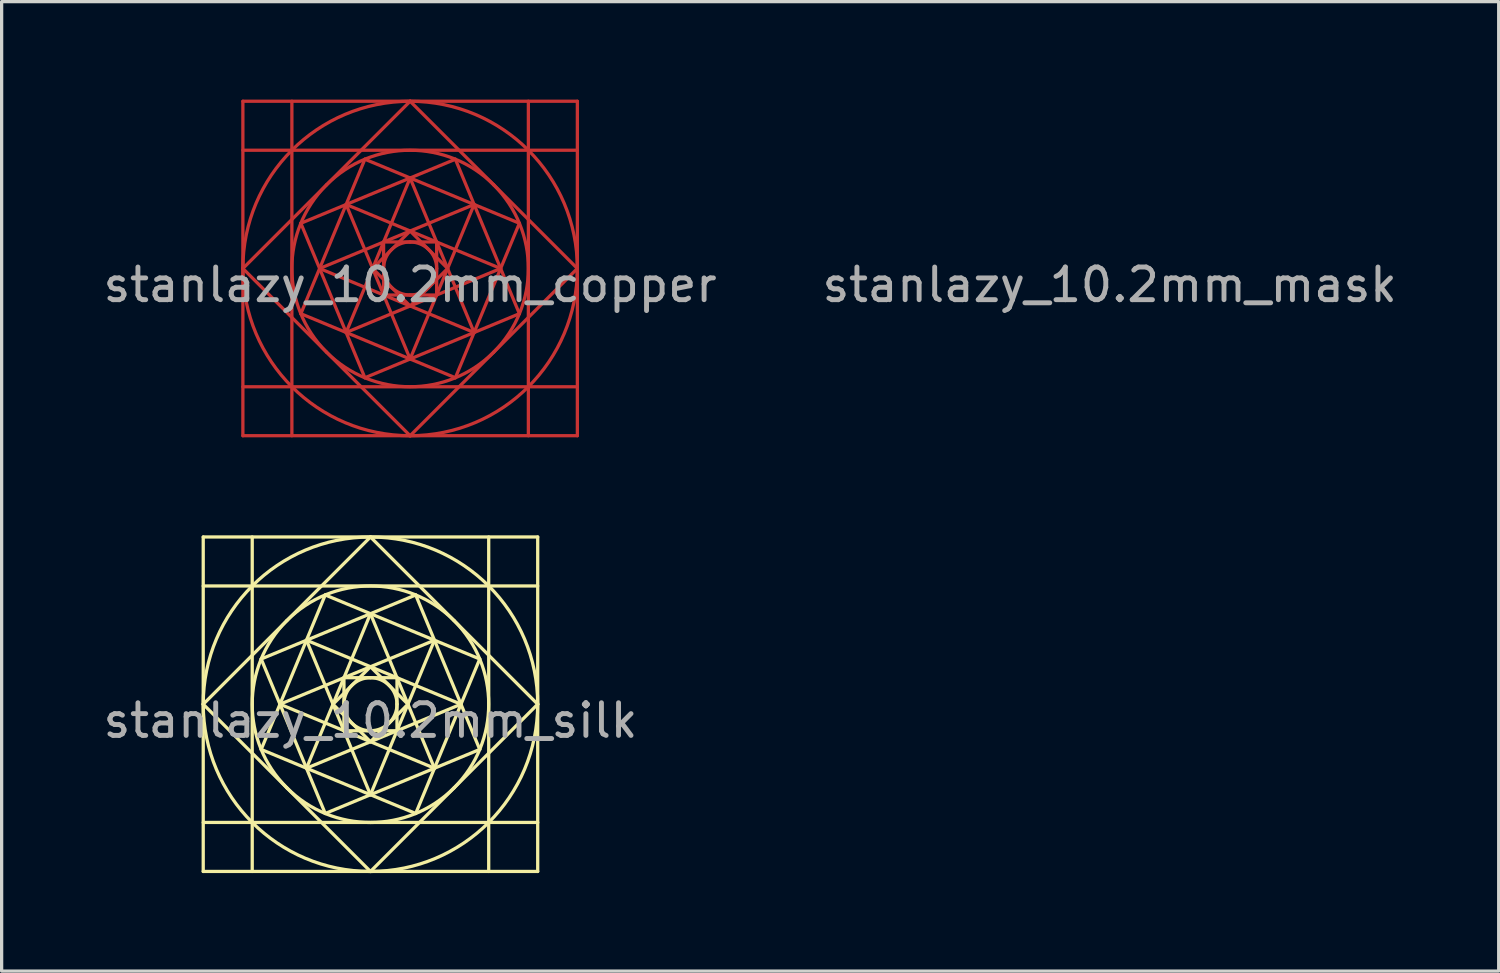
<source format=kicad_pcb>
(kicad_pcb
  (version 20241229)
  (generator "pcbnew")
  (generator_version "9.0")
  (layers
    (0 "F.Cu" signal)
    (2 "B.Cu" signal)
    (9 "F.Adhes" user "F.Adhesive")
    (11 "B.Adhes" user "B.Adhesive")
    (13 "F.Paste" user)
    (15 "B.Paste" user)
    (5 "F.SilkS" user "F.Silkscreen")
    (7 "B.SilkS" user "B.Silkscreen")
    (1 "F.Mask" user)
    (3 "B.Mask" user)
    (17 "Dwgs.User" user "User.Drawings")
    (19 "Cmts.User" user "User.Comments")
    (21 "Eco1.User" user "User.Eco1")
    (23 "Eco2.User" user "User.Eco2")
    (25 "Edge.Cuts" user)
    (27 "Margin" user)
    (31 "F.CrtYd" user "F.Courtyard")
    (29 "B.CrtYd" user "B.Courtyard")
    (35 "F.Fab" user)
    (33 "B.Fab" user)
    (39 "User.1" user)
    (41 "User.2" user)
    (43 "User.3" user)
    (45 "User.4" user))
  (footprint "stanlazy_10.2mm_mask"
    (layer "F.Cu")
    (at 30.923 5.17)
    (property "Reference" "stanlazy_10.2mm_mask" (at 0 0.5 0) (layer "F.Fab") (effects (font (size 1 1) (thickness 0.15))))
    (attr board_only exclude_from_pos_files exclude_from_bom)
    (fp_line (start -5.12 0) (end 0 -5.12) (stroke (width 0.1) (type solid)) (layer "F.Mask"))
    (fp_line (start -5.12 -5.12) (end 5.12 -5.12) (stroke (width 0.1) (type solid)) (layer "F.Mask"))
    (fp_line (start -5.12 -3.62) (end -3.62 -3.62) (stroke (width 0.1) (type solid)) (layer "F.Mask"))
    (fp_line (start -5.12 3.62) (end -3.62 3.62) (stroke (width 0.1) (type solid)) (layer "F.Mask"))
    (fp_line (start -5.12 5.12) (end -5.12 -5.12) (stroke (width 0.1) (type solid)) (layer "F.Mask"))
    (fp_line (start -3.62 -5.12) (end -3.62 -3.62) (stroke (width 0.1) (type solid)) (layer "F.Mask"))
    (fp_line (start -3.62 -3.62) (end 3.62 -3.62) (stroke (width 0.1) (type solid)) (layer "F.Mask"))
    (fp_line (start -3.62 3.62) (end -3.62 -3.62) (stroke (width 0.1) (type solid)) (layer "F.Mask"))
    (fp_line (start -3.62 5.12) (end -3.62 3.62) (stroke (width 0.1) (type solid)) (layer "F.Mask"))
    (fp_line (start -3.345 -1.385) (end 1.385 -3.345) (stroke (width 0.1) (type solid)) (layer "F.Mask"))
    (fp_line (start -3.345 1.385) (end -1.385 -3.345) (stroke (width 0.1) (type solid)) (layer "F.Mask"))
    (fp_line (start -2.771 0) (end 1.959 -1.959) (stroke (width 0.1) (type solid)) (layer "F.Mask"))
    (fp_line (start -1.959 -1.959) (end 0 2.771) (stroke (width 0.1) (type solid)) (layer "F.Mask"))
    (fp_line (start -1.959 -1.959) (end 2.771 0) (stroke (width 0.1) (type solid)) (layer "F.Mask"))
    (fp_line (start -1.959 1.959) (end 0 -2.771) (stroke (width 0.1) (type solid)) (layer "F.Mask"))
    (fp_line (start -1.385 -3.345) (end 3.345 -1.385) (stroke (width 0.1) (type solid)) (layer "F.Mask"))
    (fp_line (start -1.385 3.345) (end -3.345 -1.385) (stroke (width 0.1) (type solid)) (layer "F.Mask"))
    (fp_line (start -1.148 0) (end -0.000001 -1.148) (stroke (width 0.1) (type solid)) (layer "F.Mask"))
    (fp_line (start -0.812 -0.812) (end 0.812 -0.812) (stroke (width 0.1) (type solid)) (layer "F.Mask"))
    (fp_line (start -0.812 0.812) (end -0.812 -0.812) (stroke (width 0.1) (type solid)) (layer "F.Mask"))
    (fp_line (start -0.000001 -1.148) (end 1.148 0.000001) (stroke (width 0.1) (type solid)) (layer "F.Mask"))
    (fp_line (start -0.000001 1.148) (end -1.148 0) (stroke (width 0.1) (type solid)) (layer "F.Mask"))
    (fp_line (start -0.000001 5.12) (end -5.12 0) (stroke (width 0.1) (type solid)) (layer "F.Mask"))
    (fp_line (start 0 -5.12) (end 5.12 0) (stroke (width 0.1) (type solid)) (layer "F.Mask"))
    (fp_line (start 0 -2.771) (end 1.959 1.959) (stroke (width 0.1) (type solid)) (layer "F.Mask"))
    (fp_line (start 0.812 -0.812) (end 0.812 0.812) (stroke (width 0.1) (type solid)) (layer "F.Mask"))
    (fp_line (start 0.812 0.812) (end -0.812 0.812) (stroke (width 0.1) (type solid)) (layer "F.Mask"))
    (fp_line (start 1.148 0.000001) (end -0.000001 1.148) (stroke (width 0.1) (type solid)) (layer "F.Mask"))
    (fp_line (start 1.385 -3.345) (end 3.345 1.385) (stroke (width 0.1) (type solid)) (layer "F.Mask"))
    (fp_line (start 1.385 3.345) (end -3.345 1.385) (stroke (width 0.1) (type solid)) (layer "F.Mask"))
    (fp_line (start 1.959 -1.959) (end 0 2.771) (stroke (width 0.1) (type solid)) (layer "F.Mask"))
    (fp_line (start 1.959 1.959) (end -2.771 0) (stroke (width 0.1) (type solid)) (layer "F.Mask"))
    (fp_line (start 2.771 0) (end -1.959 1.959) (stroke (width 0.1) (type solid)) (layer "F.Mask"))
    (fp_line (start 3.345 -1.385) (end 1.385 3.345) (stroke (width 0.1) (type solid)) (layer "F.Mask"))
    (fp_line (start 3.345 1.385) (end -1.385 3.345) (stroke (width 0.1) (type solid)) (layer "F.Mask"))
    (fp_line (start 3.62 -3.62) (end 3.62 -5.12) (stroke (width 0.1) (type solid)) (layer "F.Mask"))
    (fp_line (start 3.62 -3.62) (end 3.62 3.62) (stroke (width 0.1) (type solid)) (layer "F.Mask"))
    (fp_line (start 3.62 3.62) (end -3.62 3.62) (stroke (width 0.1) (type solid)) (layer "F.Mask"))
    (fp_line (start 3.62 5.12) (end 3.62 3.62) (stroke (width 0.1) (type solid)) (layer "F.Mask"))
    (fp_line (start 5.12 -5.12) (end 5.12 5.12) (stroke (width 0.1) (type solid)) (layer "F.Mask"))
    (fp_line (start 5.12 -3.62) (end 3.62 -3.62) (stroke (width 0.1) (type solid)) (layer "F.Mask"))
    (fp_line (start 5.12 0) (end -0.000001 5.12) (stroke (width 0.1) (type solid)) (layer "F.Mask"))
    (fp_line (start 5.12 3.62) (end 3.62 3.62) (stroke (width 0.1) (type solid)) (layer "F.Mask"))
    (fp_line (start 5.12 5.12) (end -5.12 5.12) (stroke (width 0.1) (type solid)) (layer "F.Mask"))
    (fp_curve (pts (xy -5.12 0) (xy -5.12 -2.828) (xy -2.828 -5.12) (xy 0 -5.12)) (stroke (width 0.1) (type solid)) (layer "F.Mask"))
    (fp_curve (pts (xy -2.56 -2.56) (xy -1.146 -3.974) (xy 1.146 -3.974) (xy 2.56 -2.56)) (stroke (width 0.1) (type solid)) (layer "F.Mask"))
    (fp_curve (pts (xy -2.56 2.56) (xy -3.974 1.146) (xy -3.974 -1.146) (xy -2.56 -2.56)) (stroke (width 0.1) (type solid)) (layer "F.Mask"))
    (fp_curve (pts (xy -0.812 0.000001) (xy -0.812 -0.448) (xy -0.448 -0.812) (xy -0.000001 -0.812)) (stroke (width 0.1) (type solid)) (layer "F.Mask"))
    (fp_curve (pts (xy -0.000001 -0.812) (xy 0.448 -0.812) (xy 0.812 -0.448) (xy 0.812 0.000001)) (stroke (width 0.1) (type solid)) (layer "F.Mask"))
    (fp_curve (pts (xy -0.000001 0.812) (xy -0.448 0.812) (xy -0.812 0.448) (xy -0.812 0.000001)) (stroke (width 0.1) (type solid)) (layer "F.Mask"))
    (fp_curve (pts (xy 0 -5.12) (xy 2.828 -5.12) (xy 5.12 -2.828) (xy 5.12 0)) (stroke (width 0.1) (type solid)) (layer "F.Mask"))
    (fp_curve (pts (xy 0 5.12) (xy -2.828 5.12) (xy -5.12 2.828) (xy -5.12 0)) (stroke (width 0.1) (type solid)) (layer "F.Mask"))
    (fp_curve (pts (xy 0.812 0.000001) (xy 0.812 0.448) (xy 0.448 0.812) (xy -0.000001 0.812)) (stroke (width 0.1) (type solid)) (layer "F.Mask"))
    (fp_curve (pts (xy 2.56 -2.56) (xy 3.974 -1.146) (xy 3.974 1.146) (xy 2.56 2.56)) (stroke (width 0.1) (type solid)) (layer "F.Mask"))
    (fp_curve (pts (xy 2.56 2.56) (xy 1.146 3.974) (xy -1.146 3.974) (xy -2.56 2.56)) (stroke (width 0.1) (type solid)) (layer "F.Mask"))
    (fp_curve (pts (xy 5.12 0) (xy 5.12 2.828) (xy 2.828 5.12) (xy 0 5.12)) (stroke (width 0.1) (type solid)) (layer "F.Mask")))
  (footprint "stanlazy_10.2mm_silk"
    (layer "F.Cu")
    (at 8.292 18.51)
    (property "Reference" "stanlazy_10.2mm_silk" (at 0 0.5 0) (layer "F.Fab") (effects (font (size 1 1) (thickness 0.15))))
    (attr board_only exclude_from_pos_files exclude_from_bom)
    (fp_line (start -5.12 0) (end 0 -5.12) (stroke (width 0.1) (type solid)) (layer "F.SilkS"))
    (fp_line (start -5.12 -5.12) (end 5.12 -5.12) (stroke (width 0.1) (type solid)) (layer "F.SilkS"))
    (fp_line (start -5.12 -3.62) (end -3.62 -3.62) (stroke (width 0.1) (type solid)) (layer "F.SilkS"))
    (fp_line (start -5.12 3.62) (end -3.62 3.62) (stroke (width 0.1) (type solid)) (layer "F.SilkS"))
    (fp_line (start -5.12 5.12) (end -5.12 -5.12) (stroke (width 0.1) (type solid)) (layer "F.SilkS"))
    (fp_line (start -3.62 -5.12) (end -3.62 -3.62) (stroke (width 0.1) (type solid)) (layer "F.SilkS"))
    (fp_line (start -3.62 -3.62) (end 3.62 -3.62) (stroke (width 0.1) (type solid)) (layer "F.SilkS"))
    (fp_line (start -3.62 3.62) (end -3.62 -3.62) (stroke (width 0.1) (type solid)) (layer "F.SilkS"))
    (fp_line (start -3.62 5.12) (end -3.62 3.62) (stroke (width 0.1) (type solid)) (layer "F.SilkS"))
    (fp_line (start -3.345 -1.385) (end 1.385 -3.345) (stroke (width 0.1) (type solid)) (layer "F.SilkS"))
    (fp_line (start -3.345 1.385) (end -1.385 -3.345) (stroke (width 0.1) (type solid)) (layer "F.SilkS"))
    (fp_line (start -2.771 0) (end 1.959 -1.959) (stroke (width 0.1) (type solid)) (layer "F.SilkS"))
    (fp_line (start -1.959 -1.959) (end 0 2.771) (stroke (width 0.1) (type solid)) (layer "F.SilkS"))
    (fp_line (start -1.959 -1.959) (end 2.771 0) (stroke (width 0.1) (type solid)) (layer "F.SilkS"))
    (fp_line (start -1.959 1.959) (end 0 -2.771) (stroke (width 0.1) (type solid)) (layer "F.SilkS"))
    (fp_line (start -1.385 -3.345) (end 3.345 -1.385) (stroke (width 0.1) (type solid)) (layer "F.SilkS"))
    (fp_line (start -1.385 3.345) (end -3.345 -1.385) (stroke (width 0.1) (type solid)) (layer "F.SilkS"))
    (fp_line (start -1.148 0) (end -0.000001 -1.148) (stroke (width 0.1) (type solid)) (layer "F.SilkS"))
    (fp_line (start -0.812 -0.812) (end 0.812 -0.812) (stroke (width 0.1) (type solid)) (layer "F.SilkS"))
    (fp_line (start -0.812 0.812) (end -0.812 -0.812) (stroke (width 0.1) (type solid)) (layer "F.SilkS"))
    (fp_line (start -0.000001 -1.148) (end 1.148 0.000001) (stroke (width 0.1) (type solid)) (layer "F.SilkS"))
    (fp_line (start -0.000001 1.148) (end -1.148 0) (stroke (width 0.1) (type solid)) (layer "F.SilkS"))
    (fp_line (start -0.000001 5.12) (end -5.12 0) (stroke (width 0.1) (type solid)) (layer "F.SilkS"))
    (fp_line (start 0 -5.12) (end 5.12 0) (stroke (width 0.1) (type solid)) (layer "F.SilkS"))
    (fp_line (start 0 -2.771) (end 1.959 1.959) (stroke (width 0.1) (type solid)) (layer "F.SilkS"))
    (fp_line (start 0.812 -0.812) (end 0.812 0.812) (stroke (width 0.1) (type solid)) (layer "F.SilkS"))
    (fp_line (start 0.812 0.812) (end -0.812 0.812) (stroke (width 0.1) (type solid)) (layer "F.SilkS"))
    (fp_line (start 1.148 0.000001) (end -0.000001 1.148) (stroke (width 0.1) (type solid)) (layer "F.SilkS"))
    (fp_line (start 1.385 -3.345) (end 3.345 1.385) (stroke (width 0.1) (type solid)) (layer "F.SilkS"))
    (fp_line (start 1.385 3.345) (end -3.345 1.385) (stroke (width 0.1) (type solid)) (layer "F.SilkS"))
    (fp_line (start 1.959 -1.959) (end 0 2.771) (stroke (width 0.1) (type solid)) (layer "F.SilkS"))
    (fp_line (start 1.959 1.959) (end -2.771 0) (stroke (width 0.1) (type solid)) (layer "F.SilkS"))
    (fp_line (start 2.771 0) (end -1.959 1.959) (stroke (width 0.1) (type solid)) (layer "F.SilkS"))
    (fp_line (start 3.345 -1.385) (end 1.385 3.345) (stroke (width 0.1) (type solid)) (layer "F.SilkS"))
    (fp_line (start 3.345 1.385) (end -1.385 3.345) (stroke (width 0.1) (type solid)) (layer "F.SilkS"))
    (fp_line (start 3.62 -3.62) (end 3.62 -5.12) (stroke (width 0.1) (type solid)) (layer "F.SilkS"))
    (fp_line (start 3.62 -3.62) (end 3.62 3.62) (stroke (width 0.1) (type solid)) (layer "F.SilkS"))
    (fp_line (start 3.62 3.62) (end -3.62 3.62) (stroke (width 0.1) (type solid)) (layer "F.SilkS"))
    (fp_line (start 3.62 5.12) (end 3.62 3.62) (stroke (width 0.1) (type solid)) (layer "F.SilkS"))
    (fp_line (start 5.12 -5.12) (end 5.12 5.12) (stroke (width 0.1) (type solid)) (layer "F.SilkS"))
    (fp_line (start 5.12 -3.62) (end 3.62 -3.62) (stroke (width 0.1) (type solid)) (layer "F.SilkS"))
    (fp_line (start 5.12 0) (end -0.000001 5.12) (stroke (width 0.1) (type solid)) (layer "F.SilkS"))
    (fp_line (start 5.12 3.62) (end 3.62 3.62) (stroke (width 0.1) (type solid)) (layer "F.SilkS"))
    (fp_line (start 5.12 5.12) (end -5.12 5.12) (stroke (width 0.1) (type solid)) (layer "F.SilkS"))
    (fp_curve (pts (xy -5.12 0) (xy -5.12 -2.828) (xy -2.828 -5.12) (xy 0 -5.12)) (stroke (width 0.1) (type solid)) (layer "F.SilkS"))
    (fp_curve (pts (xy -2.56 -2.56) (xy -1.146 -3.974) (xy 1.146 -3.974) (xy 2.56 -2.56)) (stroke (width 0.1) (type solid)) (layer "F.SilkS"))
    (fp_curve (pts (xy -2.56 2.56) (xy -3.974 1.146) (xy -3.974 -1.146) (xy -2.56 -2.56)) (stroke (width 0.1) (type solid)) (layer "F.SilkS"))
    (fp_curve (pts (xy -0.812 0.000001) (xy -0.812 -0.448) (xy -0.448 -0.812) (xy -0.000001 -0.812)) (stroke (width 0.1) (type solid)) (layer "F.SilkS"))
    (fp_curve (pts (xy -0.000001 -0.812) (xy 0.448 -0.812) (xy 0.812 -0.448) (xy 0.812 0.000001)) (stroke (width 0.1) (type solid)) (layer "F.SilkS"))
    (fp_curve (pts (xy -0.000001 0.812) (xy -0.448 0.812) (xy -0.812 0.448) (xy -0.812 0.000001)) (stroke (width 0.1) (type solid)) (layer "F.SilkS"))
    (fp_curve (pts (xy 0 -5.12) (xy 2.828 -5.12) (xy 5.12 -2.828) (xy 5.12 0)) (stroke (width 0.1) (type solid)) (layer "F.SilkS"))
    (fp_curve (pts (xy 0 5.12) (xy -2.828 5.12) (xy -5.12 2.828) (xy -5.12 0)) (stroke (width 0.1) (type solid)) (layer "F.SilkS"))
    (fp_curve (pts (xy 0.812 0.000001) (xy 0.812 0.448) (xy 0.448 0.812) (xy -0.000001 0.812)) (stroke (width 0.1) (type solid)) (layer "F.SilkS"))
    (fp_curve (pts (xy 2.56 -2.56) (xy 3.974 -1.146) (xy 3.974 1.146) (xy 2.56 2.56)) (stroke (width 0.1) (type solid)) (layer "F.SilkS"))
    (fp_curve (pts (xy 2.56 2.56) (xy 1.146 3.974) (xy -1.146 3.974) (xy -2.56 2.56)) (stroke (width 0.1) (type solid)) (layer "F.SilkS"))
    (fp_curve (pts (xy 5.12 0) (xy 5.12 2.828) (xy 2.828 5.12) (xy 0 5.12)) (stroke (width 0.1) (type solid)) (layer "F.SilkS")))
  (footprint "stanlazy_10.2mm_copper"
    (layer "F.Cu")
    (at 9.506 5.17)
    (property "Reference" "stanlazy_10.2mm_copper" (at 0 0.5 0) (layer "F.Fab") (effects (font (size 1 1) (thickness 0.15))))
    (attr board_only exclude_from_pos_files exclude_from_bom)
    (fp_line (start -5.12 0) (end 0 -5.12) (stroke (width 0.1) (type solid)) (layer "F.Cu"))
    (fp_line (start -5.12 -5.12) (end 5.12 -5.12) (stroke (width 0.1) (type solid)) (layer "F.Cu"))
    (fp_line (start -5.12 -3.62) (end -3.62 -3.62) (stroke (width 0.1) (type solid)) (layer "F.Cu"))
    (fp_line (start -5.12 3.62) (end -3.62 3.62) (stroke (width 0.1) (type solid)) (layer "F.Cu"))
    (fp_line (start -5.12 5.12) (end -5.12 -5.12) (stroke (width 0.1) (type solid)) (layer "F.Cu"))
    (fp_line (start -3.62 -5.12) (end -3.62 -3.62) (stroke (width 0.1) (type solid)) (layer "F.Cu"))
    (fp_line (start -3.62 -3.62) (end 3.62 -3.62) (stroke (width 0.1) (type solid)) (layer "F.Cu"))
    (fp_line (start -3.62 3.62) (end -3.62 -3.62) (stroke (width 0.1) (type solid)) (layer "F.Cu"))
    (fp_line (start -3.62 5.12) (end -3.62 3.62) (stroke (width 0.1) (type solid)) (layer "F.Cu"))
    (fp_line (start -3.345 -1.385) (end 1.385 -3.345) (stroke (width 0.1) (type solid)) (layer "F.Cu"))
    (fp_line (start -3.345 1.385) (end -1.385 -3.345) (stroke (width 0.1) (type solid)) (layer "F.Cu"))
    (fp_line (start -2.771 0) (end 1.959 -1.959) (stroke (width 0.1) (type solid)) (layer "F.Cu"))
    (fp_line (start -1.959 -1.959) (end 0 2.771) (stroke (width 0.1) (type solid)) (layer "F.Cu"))
    (fp_line (start -1.959 -1.959) (end 2.771 0) (stroke (width 0.1) (type solid)) (layer "F.Cu"))
    (fp_line (start -1.959 1.959) (end 0 -2.771) (stroke (width 0.1) (type solid)) (layer "F.Cu"))
    (fp_line (start -1.385 -3.345) (end 3.345 -1.385) (stroke (width 0.1) (type solid)) (layer "F.Cu"))
    (fp_line (start -1.385 3.345) (end -3.345 -1.385) (stroke (width 0.1) (type solid)) (layer "F.Cu"))
    (fp_line (start -1.148 0) (end -0.000001 -1.148) (stroke (width 0.1) (type solid)) (layer "F.Cu"))
    (fp_line (start -0.812 -0.812) (end 0.812 -0.812) (stroke (width 0.1) (type solid)) (layer "F.Cu"))
    (fp_line (start -0.812 0.812) (end -0.812 -0.812) (stroke (width 0.1) (type solid)) (layer "F.Cu"))
    (fp_line (start -0.000001 -1.148) (end 1.148 0.000001) (stroke (width 0.1) (type solid)) (layer "F.Cu"))
    (fp_line (start -0.000001 1.148) (end -1.148 0) (stroke (width 0.1) (type solid)) (layer "F.Cu"))
    (fp_line (start -0.000001 5.12) (end -5.12 0) (stroke (width 0.1) (type solid)) (layer "F.Cu"))
    (fp_line (start 0 -5.12) (end 5.12 0) (stroke (width 0.1) (type solid)) (layer "F.Cu"))
    (fp_line (start 0 -2.771) (end 1.959 1.959) (stroke (width 0.1) (type solid)) (layer "F.Cu"))
    (fp_line (start 0.812 -0.812) (end 0.812 0.812) (stroke (width 0.1) (type solid)) (layer "F.Cu"))
    (fp_line (start 0.812 0.812) (end -0.812 0.812) (stroke (width 0.1) (type solid)) (layer "F.Cu"))
    (fp_line (start 1.148 0.000001) (end -0.000001 1.148) (stroke (width 0.1) (type solid)) (layer "F.Cu"))
    (fp_line (start 1.385 -3.345) (end 3.345 1.385) (stroke (width 0.1) (type solid)) (layer "F.Cu"))
    (fp_line (start 1.385 3.345) (end -3.345 1.385) (stroke (width 0.1) (type solid)) (layer "F.Cu"))
    (fp_line (start 1.959 -1.959) (end 0 2.771) (stroke (width 0.1) (type solid)) (layer "F.Cu"))
    (fp_line (start 1.959 1.959) (end -2.771 0) (stroke (width 0.1) (type solid)) (layer "F.Cu"))
    (fp_line (start 2.771 0) (end -1.959 1.959) (stroke (width 0.1) (type solid)) (layer "F.Cu"))
    (fp_line (start 3.345 -1.385) (end 1.385 3.345) (stroke (width 0.1) (type solid)) (layer "F.Cu"))
    (fp_line (start 3.345 1.385) (end -1.385 3.345) (stroke (width 0.1) (type solid)) (layer "F.Cu"))
    (fp_line (start 3.62 -3.62) (end 3.62 -5.12) (stroke (width 0.1) (type solid)) (layer "F.Cu"))
    (fp_line (start 3.62 -3.62) (end 3.62 3.62) (stroke (width 0.1) (type solid)) (layer "F.Cu"))
    (fp_line (start 3.62 3.62) (end -3.62 3.62) (stroke (width 0.1) (type solid)) (layer "F.Cu"))
    (fp_line (start 3.62 5.12) (end 3.62 3.62) (stroke (width 0.1) (type solid)) (layer "F.Cu"))
    (fp_line (start 5.12 -5.12) (end 5.12 5.12) (stroke (width 0.1) (type solid)) (layer "F.Cu"))
    (fp_line (start 5.12 -3.62) (end 3.62 -3.62) (stroke (width 0.1) (type solid)) (layer "F.Cu"))
    (fp_line (start 5.12 0) (end -0.000001 5.12) (stroke (width 0.1) (type solid)) (layer "F.Cu"))
    (fp_line (start 5.12 3.62) (end 3.62 3.62) (stroke (width 0.1) (type solid)) (layer "F.Cu"))
    (fp_line (start 5.12 5.12) (end -5.12 5.12) (stroke (width 0.1) (type solid)) (layer "F.Cu"))
    (fp_curve (pts (xy -5.12 0) (xy -5.12 -2.828) (xy -2.828 -5.12) (xy 0 -5.12)) (stroke (width 0.1) (type solid)) (layer "F.Cu"))
    (fp_curve (pts (xy -2.56 -2.56) (xy -1.146 -3.974) (xy 1.146 -3.974) (xy 2.56 -2.56)) (stroke (width 0.1) (type solid)) (layer "F.Cu"))
    (fp_curve (pts (xy -2.56 2.56) (xy -3.974 1.146) (xy -3.974 -1.146) (xy -2.56 -2.56)) (stroke (width 0.1) (type solid)) (layer "F.Cu"))
    (fp_curve (pts (xy -0.812 0.000001) (xy -0.812 -0.448) (xy -0.448 -0.812) (xy -0.000001 -0.812)) (stroke (width 0.1) (type solid)) (layer "F.Cu"))
    (fp_curve (pts (xy -0.000001 -0.812) (xy 0.448 -0.812) (xy 0.812 -0.448) (xy 0.812 0.000001)) (stroke (width 0.1) (type solid)) (layer "F.Cu"))
    (fp_curve (pts (xy -0.000001 0.812) (xy -0.448 0.812) (xy -0.812 0.448) (xy -0.812 0.000001)) (stroke (width 0.1) (type solid)) (layer "F.Cu"))
    (fp_curve (pts (xy 0 -5.12) (xy 2.828 -5.12) (xy 5.12 -2.828) (xy 5.12 0)) (stroke (width 0.1) (type solid)) (layer "F.Cu"))
    (fp_curve (pts (xy 0 5.12) (xy -2.828 5.12) (xy -5.12 2.828) (xy -5.12 0)) (stroke (width 0.1) (type solid)) (layer "F.Cu"))
    (fp_curve (pts (xy 0.812 0.000001) (xy 0.812 0.448) (xy 0.448 0.812) (xy -0.000001 0.812)) (stroke (width 0.1) (type solid)) (layer "F.Cu"))
    (fp_curve (pts (xy 2.56 -2.56) (xy 3.974 -1.146) (xy 3.974 1.146) (xy 2.56 2.56)) (stroke (width 0.1) (type solid)) (layer "F.Cu"))
    (fp_curve (pts (xy 2.56 2.56) (xy 1.146 3.974) (xy -1.146 3.974) (xy -2.56 2.56)) (stroke (width 0.1) (type solid)) (layer "F.Cu"))
    (fp_curve (pts (xy 5.12 0) (xy 5.12 2.828) (xy 2.828 5.12) (xy 0 5.12)) (stroke (width 0.1) (type solid)) (layer "F.Cu")))
  (gr_rect
    (start -3 -3)
    (end 42.833 26.68)
    (stroke (width 0.1) (type default))
    (fill no)
    (layer "Edge.Cuts")))
</source>
